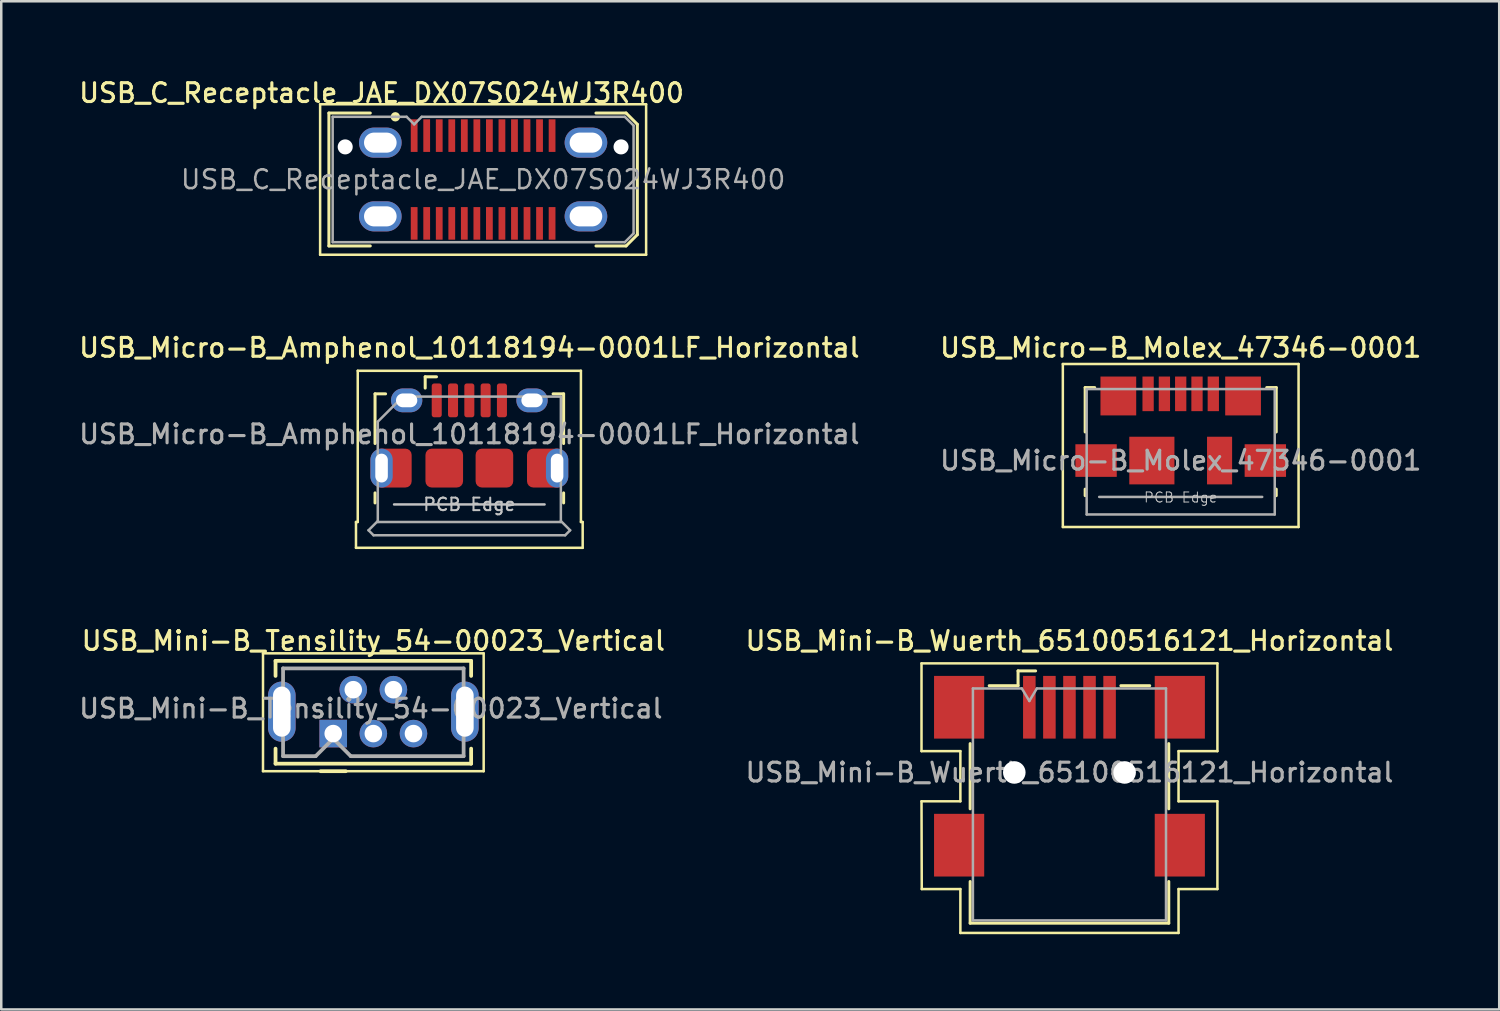
<source format=kicad_pcb>
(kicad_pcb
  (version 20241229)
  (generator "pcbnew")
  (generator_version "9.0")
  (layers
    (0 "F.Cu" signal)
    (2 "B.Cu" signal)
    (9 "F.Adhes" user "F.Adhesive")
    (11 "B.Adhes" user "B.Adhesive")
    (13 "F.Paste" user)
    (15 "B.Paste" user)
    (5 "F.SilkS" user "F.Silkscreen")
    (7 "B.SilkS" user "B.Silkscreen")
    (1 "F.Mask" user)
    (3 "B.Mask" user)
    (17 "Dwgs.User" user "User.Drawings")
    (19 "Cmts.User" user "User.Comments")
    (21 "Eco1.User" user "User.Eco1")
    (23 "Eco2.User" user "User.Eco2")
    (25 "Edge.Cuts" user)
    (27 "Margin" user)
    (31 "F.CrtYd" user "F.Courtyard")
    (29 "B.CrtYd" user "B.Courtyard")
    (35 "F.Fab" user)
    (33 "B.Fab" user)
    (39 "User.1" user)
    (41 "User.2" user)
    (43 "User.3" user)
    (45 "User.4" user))
  (footprint "USB_Mini-B_Tensility_54-00023_Vertical"
    (layer "F.Cu")
    (at 10.238 26.204)
    (property "Reference" "USB_Mini-B_Tensility_54-00023_Vertical" (at 1.6 -3.7 0) (layer "F.SilkS") (effects (font (size 0.75 0.75) (thickness 0.125))))
    (attr through_hole)
    (fp_line (start -2.8 -3.2) (end -2.8 1.5) (stroke (width 0.1) (type solid)) (layer "F.SilkS"))
    (fp_line (start -2.8 1.5) (end 6 1.5) (stroke (width 0.1) (type solid)) (layer "F.SilkS"))
    (fp_line (start -2.3 -2.9) (end 5.5 -2.9) (stroke (width 0.15) (type solid)) (layer "F.SilkS"))
    (fp_line (start -2.3 -2.3) (end -2.3 -2.9) (stroke (width 0.15) (type solid)) (layer "F.SilkS"))
    (fp_line (start -2.3 0.6) (end -2.3 1.2) (stroke (width 0.15) (type solid)) (layer "F.SilkS"))
    (fp_line (start -2.3 1.2) (end 5.5 1.2) (stroke (width 0.15) (type solid)) (layer "F.SilkS"))
    (fp_line (start -0.5 1.5) (end 0.5 1.5) (stroke (width 0.15) (type solid)) (layer "F.SilkS"))
    (fp_line (start 5.5 -2.9) (end 5.5 -2.3) (stroke (width 0.15) (type solid)) (layer "F.SilkS"))
    (fp_line (start 5.5 1.2) (end 5.5 0.6) (stroke (width 0.15) (type solid)) (layer "F.SilkS"))
    (fp_line (start 6 -3.2) (end -2.8 -3.2) (stroke (width 0.1) (type solid)) (layer "F.SilkS"))
    (fp_line (start 6 1.5) (end 6 -3.2) (stroke (width 0.1) (type solid)) (layer "F.SilkS"))
    (fp_line (start -2 0.9) (end -2 -2.6) (stroke (width 0.15) (type solid)) (layer "F.Fab"))
    (fp_line (start -2 0.9) (end -0.7 0.9) (stroke (width 0.15) (type solid)) (layer "F.Fab"))
    (fp_line (start -0.7 0.9) (end 0 0.2) (stroke (width 0.15) (type solid)) (layer "F.Fab"))
    (fp_line (start 0 0.2) (end 0.7 0.9) (stroke (width 0.15) (type solid)) (layer "F.Fab"))
    (fp_line (start 0.7 0.9) (end 5.2 0.9) (stroke (width 0.15) (type solid)) (layer "F.Fab"))
    (fp_line (start 5.2 -2.6) (end -2 -2.6) (stroke (width 0.15) (type solid)) (layer "F.Fab"))
    (fp_line (start 5.2 -2.6) (end 5.2 0.9) (stroke (width 0.15) (type solid)) (layer "F.Fab"))
    (fp_text user "${REFERENCE}" (at 1.5 -1 0) (layer "F.Fab") (effects (font (size 0.75 0.75) (thickness 0.125))))
    (pad "1" thru_hole rect (at 0 0) (size 1.1 1.1) (drill 0.7) (layers "*.Cu" "*.Mask"))
    (pad "2" thru_hole circle (at 0.8 -1.75) (size 1.1 1.1) (drill 0.7) (layers "*.Cu" "*.Mask"))
    (pad "3" thru_hole circle (at 1.6 0) (size 1.1 1.1) (drill 0.7) (layers "*.Cu" "*.Mask"))
    (pad "4" thru_hole circle (at 2.4 -1.75) (size 1.1 1.1) (drill 0.7) (layers "*.Cu" "*.Mask"))
    (pad "5" thru_hole circle (at 3.2 0) (size 1.1 1.1) (drill 0.7) (layers "*.Cu" "*.Mask"))
    (pad "6" thru_hole oval (at -2.05 -0.875) (size 1.1 2.4) (drill oval 0.7 2) (layers "*.Cu" "*.Mask"))
    (pad "6" thru_hole oval (at 5.25 -0.875) (size 1.1 2.4) (drill oval 0.7 2) (layers "*.Cu" "*.Mask")))
  (footprint "USB_Micro-B_Amphenol_10118194-0001LF_Horizontal"
    (layer "F.Cu")
    (at 15.666 14.316)
    (property "Reference" "USB_Micro-B_Amphenol_10118194-0001LF_Horizontal" (at 0 -3.5 0) (layer "F.SilkS") (effects (font (size 0.75 0.75) (thickness 0.125))))
    (attr smd)
    (fp_line (start -4.52 3.45) (end -4.52 4.48) (stroke (width 0.1) (type default)) (layer "F.SilkS"))
    (fp_line (start -4.52 4.48) (end 4.52 4.48) (stroke (width 0.1) (type solid)) (layer "F.SilkS"))
    (fp_line (start -4.45 -2.58) (end -4.45 3.45) (stroke (width 0.1) (type solid)) (layer "F.SilkS"))
    (fp_line (start -4.45 -2.58) (end 4.45 -2.58) (stroke (width 0.1) (type solid)) (layer "F.SilkS"))
    (fp_line (start -4.45 3.45) (end -4.52 3.45) (stroke (width 0.1) (type default)) (layer "F.SilkS"))
    (fp_line (start -3.76 -1.66) (end -3.34 -1.66) (stroke (width 0.12) (type solid)) (layer "F.SilkS"))
    (fp_line (start -3.76 0.32) (end -3.76 -1.66) (stroke (width 0.12) (type solid)) (layer "F.SilkS"))
    (fp_line (start -3.76 2.69) (end -3.76 2.29) (stroke (width 0.12) (type solid)) (layer "F.SilkS"))
    (fp_line (start -1.76 -1.89) (end -1.76 -2.34) (stroke (width 0.12) (type solid)) (layer "F.SilkS"))
    (fp_line (start -1.31 -2.34) (end -1.76 -2.34) (stroke (width 0.12) (type solid)) (layer "F.SilkS"))
    (fp_line (start 3.76 -1.66) (end 3.34 -1.66) (stroke (width 0.12) (type solid)) (layer "F.SilkS"))
    (fp_line (start 3.76 0.32) (end 3.76 -1.66) (stroke (width 0.12) (type solid)) (layer "F.SilkS"))
    (fp_line (start 3.76 2.29) (end 3.76 2.69) (stroke (width 0.12) (type solid)) (layer "F.SilkS"))
    (fp_line (start 4.45 -2.58) (end 4.45 3.45) (stroke (width 0.1) (type solid)) (layer "F.SilkS"))
    (fp_line (start 4.45 3.45) (end 4.52 3.45) (stroke (width 0.1) (type default)) (layer "F.SilkS"))
    (fp_line (start 4.52 3.45) (end 4.52 4.48) (stroke (width 0.1) (type default)) (layer "F.SilkS"))
    (fp_line (start 3 2.75) (end -3 2.75) (stroke (width 0.1) (type solid)) (layer "Dwgs.User"))
    (fp_line (start -4.02 3.78) (end -3.65 3.41) (stroke (width 0.1) (type default)) (layer "F.Fab"))
    (fp_line (start -3.82 3.98) (end -4.02 3.78) (stroke (width 0.1) (type default)) (layer "F.Fab"))
    (fp_line (start -3.82 3.98) (end 3.82 3.98) (stroke (width 0.1) (type default)) (layer "F.Fab"))
    (fp_line (start -3.65 -0.55) (end -2.65 -1.55) (stroke (width 0.1) (type solid)) (layer "F.Fab"))
    (fp_line (start -3.65 3.45) (end -3.65 -0.55) (stroke (width 0.1) (type solid)) (layer "F.Fab"))
    (fp_line (start -2.65 -1.55) (end 3.65 -1.55) (stroke (width 0.1) (type solid)) (layer "F.Fab"))
    (fp_line (start 3.65 -1.55) (end 3.65 3.45) (stroke (width 0.1) (type solid)) (layer "F.Fab"))
    (fp_line (start 3.65 3.41) (end 4.02 3.78) (stroke (width 0.1) (type default)) (layer "F.Fab"))
    (fp_line (start 3.65 3.45) (end -3.65 3.45) (stroke (width 0.1) (type solid)) (layer "F.Fab"))
    (fp_line (start 4.02 3.78) (end 3.82 3.98) (stroke (width 0.1) (type default)) (layer "F.Fab"))
    (fp_text user "PCB Edge" (at 0 2.75 0) (layer "Dwgs.User") (effects (font (size 0.5 0.5) (thickness 0.08))))
    (fp_text user "${REFERENCE}" (at 0 -0.05 0) (layer "F.Fab") (effects (font (size 0.75 0.75) (thickness 0.125))))
    (pad "" smd oval (at -3.5 1.3) (size 0.89 1.55) (layers "F.Paste"))
    (pad "" smd oval (at -2.5 -1.4) (size 1.25 0.95) (layers "F.Paste"))
    (pad "" smd oval (at 2.5 -1.4) (size 1.25 0.95) (layers "F.Paste"))
    (pad "" smd oval (at 3.5 1.3) (size 0.89 1.55) (layers "F.Paste"))
    (pad "1" smd roundrect (at -1.3 -1.4) (size 0.4 1.35) (layers "F.Cu" "F.Mask" "F.Paste") (roundrect_rratio 0.25))
    (pad "2" smd roundrect (at -0.65 -1.4) (size 0.4 1.35) (layers "F.Cu" "F.Mask" "F.Paste") (roundrect_rratio 0.25))
    (pad "3" smd roundrect (at 0 -1.4) (size 0.4 1.35) (layers "F.Cu" "F.Mask" "F.Paste") (roundrect_rratio 0.25))
    (pad "4" smd roundrect (at 0.65 -1.4) (size 0.4 1.35) (layers "F.Cu" "F.Mask" "F.Paste") (roundrect_rratio 0.25))
    (pad "5" smd roundrect (at 1.3 -1.4) (size 0.4 1.35) (layers "F.Cu" "F.Mask" "F.Paste") (roundrect_rratio 0.25))
    (pad "6" thru_hole oval (at -3.5 1.3) (size 0.89 1.55) (drill oval 0.5 1.15) (layers "*.Cu" "*.Mask"))
    (pad "6" smd roundrect (at -3.025 1.3) (size 1.45 1.55) (layers "F.Cu" "F.Mask" "F.Paste") (roundrect_rratio 0.172))
    (pad "6" thru_hole oval (at -2.5 -1.4) (size 1.25 0.95) (drill oval 0.85 0.55) (layers "*.Cu" "*.Mask"))
    (pad "6" smd roundrect (at -1 1.3) (size 1.5 1.55) (layers "F.Cu" "F.Mask" "F.Paste") (roundrect_rratio 0.167))
    (pad "6" smd roundrect (at 1 1.3) (size 1.5 1.55) (layers "F.Cu" "F.Mask" "F.Paste") (roundrect_rratio 0.167))
    (pad "6" thru_hole oval (at 2.5 -1.4) (size 1.25 0.95) (drill oval 0.85 0.55) (layers "*.Cu" "*.Mask"))
    (pad "6" smd roundrect (at 3.025 1.3) (size 1.45 1.55) (layers "F.Cu" "F.Mask" "F.Paste") (roundrect_rratio 0.172))
    (pad "6" thru_hole oval (at 3.5 1.3) (size 0.89 1.55) (drill oval 0.5 1.15) (layers "*.Cu" "*.Mask")))
  (footprint "USB_Mini-B_Wuerth_65100516121_Horizontal"
    (layer "F.Cu")
    (at 39.598 27.754)
    (property "Reference" "USB_Mini-B_Wuerth_65100516121_Horizontal" (at 0 -5.25 0) (layer "F.SilkS") (effects (font (size 0.75 0.75) (thickness 0.125))))
    (attr smd)
    (fp_line (start -5.9 -4.35) (end 5.9 -4.35) (stroke (width 0.1) (type solid)) (layer "F.SilkS"))
    (fp_line (start -5.9 -0.85) (end -5.9 -4.35) (stroke (width 0.1) (type solid)) (layer "F.SilkS"))
    (fp_line (start -5.9 1.15) (end -4.35 1.15) (stroke (width 0.1) (type solid)) (layer "F.SilkS"))
    (fp_line (start -5.89 4.65) (end -5.9 1.15) (stroke (width 0.1) (type solid)) (layer "F.SilkS"))
    (fp_line (start -4.35 -0.85) (end -5.9 -0.85) (stroke (width 0.1) (type solid)) (layer "F.SilkS"))
    (fp_line (start -4.35 1.15) (end -4.35 -0.85) (stroke (width 0.1) (type solid)) (layer "F.SilkS"))
    (fp_line (start -4.35 4.65) (end -5.89 4.65) (stroke (width 0.1) (type solid)) (layer "F.SilkS"))
    (fp_line (start -4.35 6.4) (end -4.35 4.65) (stroke (width 0.1) (type solid)) (layer "F.SilkS"))
    (fp_line (start -3.96 1.45) (end -3.96 -1.15) (stroke (width 0.12) (type solid)) (layer "F.SilkS"))
    (fp_line (start -3.96 4.35) (end -3.96 6.01) (stroke (width 0.12) (type solid)) (layer "F.SilkS"))
    (fp_line (start -3.96 6.01) (end 3.96 6.01) (stroke (width 0.12) (type solid)) (layer "F.SilkS"))
    (fp_line (start -3.2 -3.46) (end -2.05 -3.46) (stroke (width 0.12) (type solid)) (layer "F.SilkS"))
    (fp_line (start -2.05 -4.05) (end -1.35 -4.05) (stroke (width 0.12) (type solid)) (layer "F.SilkS"))
    (fp_line (start -2.05 -3.46) (end -2.05 -4.05) (stroke (width 0.12) (type solid)) (layer "F.SilkS"))
    (fp_line (start 2.05 -3.46) (end 3.2 -3.46) (stroke (width 0.12) (type solid)) (layer "F.SilkS"))
    (fp_line (start 3.96 -1.15) (end 3.96 1.45) (stroke (width 0.12) (type solid)) (layer "F.SilkS"))
    (fp_line (start 3.96 6.01) (end 3.96 4.35) (stroke (width 0.12) (type solid)) (layer "F.SilkS"))
    (fp_line (start 4.35 -0.85) (end 4.35 1.15) (stroke (width 0.1) (type solid)) (layer "F.SilkS"))
    (fp_line (start 4.35 1.15) (end 5.9 1.15) (stroke (width 0.1) (type solid)) (layer "F.SilkS"))
    (fp_line (start 4.35 4.65) (end 4.35 6.4) (stroke (width 0.1) (type solid)) (layer "F.SilkS"))
    (fp_line (start 4.35 6.4) (end -4.35 6.4) (stroke (width 0.1) (type solid)) (layer "F.SilkS"))
    (fp_line (start 5.9 -4.35) (end 5.9 -0.85) (stroke (width 0.1) (type solid)) (layer "F.SilkS"))
    (fp_line (start 5.9 -0.85) (end 4.35 -0.85) (stroke (width 0.1) (type solid)) (layer "F.SilkS"))
    (fp_line (start 5.9 1.15) (end 5.9 4.65) (stroke (width 0.1) (type solid)) (layer "F.SilkS"))
    (fp_line (start 5.9 4.65) (end 4.35 4.65) (stroke (width 0.1) (type solid)) (layer "F.SilkS"))
    (fp_line (start -3.85 -3.35) (end -1.9 -3.35) (stroke (width 0.1) (type solid)) (layer "F.Fab"))
    (fp_line (start -3.85 5.9) (end -3.85 -3.35) (stroke (width 0.1) (type solid)) (layer "F.Fab"))
    (fp_line (start -1.9 -3.35) (end -1.6 -2.85) (stroke (width 0.1) (type solid)) (layer "F.Fab"))
    (fp_line (start -1.6 -2.85) (end -1.3 -3.35) (stroke (width 0.1) (type solid)) (layer "F.Fab"))
    (fp_line (start -1.3 -3.35) (end 3.85 -3.35) (stroke (width 0.1) (type solid)) (layer "F.Fab"))
    (fp_line (start 3.85 -3.35) (end 3.85 5.9) (stroke (width 0.1) (type solid)) (layer "F.Fab"))
    (fp_line (start 3.85 5.9) (end -3.85 5.9) (stroke (width 0.1) (type solid)) (layer "F.Fab"))
    (fp_text user "${REFERENCE}" (at 0 0 0) (layer "F.Fab") (effects (font (size 0.75 0.75) (thickness 0.125))))
    (pad "" np_thru_hole circle (at -2.2 0) (size 0.9 0.9) (drill 0.9) (layers "*.Cu" "*.Mask"))
    (pad "" np_thru_hole circle (at 2.2 0) (size 0.9 0.9) (drill 0.9) (layers "*.Cu" "*.Mask"))
    (pad "1" smd rect (at -1.6 -2.6) (size 0.5 2.5) (layers "F.Cu" "F.Mask" "F.Paste"))
    (pad "2" smd rect (at -0.8 -2.6) (size 0.5 2.5) (layers "F.Cu" "F.Mask" "F.Paste"))
    (pad "3" smd rect (at 0 -2.6) (size 0.5 2.5) (layers "F.Cu" "F.Mask" "F.Paste"))
    (pad "4" smd rect (at 0.8 -2.6) (size 0.5 2.5) (layers "F.Cu" "F.Mask" "F.Paste"))
    (pad "5" smd rect (at 1.6 -2.6) (size 0.5 2.5) (layers "F.Cu" "F.Mask" "F.Paste"))
    (pad "6" smd rect (at -4.4 -2.6) (size 2 2.5) (layers "F.Cu" "F.Mask" "F.Paste"))
    (pad "6" smd rect (at -4.4 2.9) (size 2 2.5) (layers "F.Cu" "F.Mask" "F.Paste"))
    (pad "6" smd rect (at 4.4 -2.6) (size 2 2.5) (layers "F.Cu" "F.Mask" "F.Paste"))
    (pad "6" smd rect (at 4.4 2.9) (size 2 2.5) (layers "F.Cu" "F.Mask" "F.Paste")))
  (footprint "USB_C_Receptacle_JAE_DX07S024WJ3R400"
    (layer "F.Cu")
    (at 16.216 4.108)
    (property "Reference" "USB_C_Receptacle_JAE_DX07S024WJ3R400" (at -4.05 -3.45 0) (layer "F.SilkS") (effects (font (size 0.75 0.75) (thickness 0.125))))
    (attr smd)
    (fp_line (start -6.5 -3) (end 6.5 -3) (stroke (width 0.1) (type solid)) (layer "F.SilkS"))
    (fp_line (start -6.5 3) (end -6.5 -3) (stroke (width 0.1) (type solid)) (layer "F.SilkS"))
    (fp_line (start -6.15 -2.65) (end -6.15 2.65) (stroke (width 0.12) (type solid)) (layer "F.SilkS"))
    (fp_line (start -6.15 -2.65) (end -4.5 -2.65) (stroke (width 0.12) (type solid)) (layer "F.SilkS"))
    (fp_line (start -6.15 2.65) (end -4.5 2.65) (stroke (width 0.12) (type solid)) (layer "F.SilkS"))
    (fp_line (start 4.5 -2.65) (end 5.7 -2.65) (stroke (width 0.12) (type solid)) (layer "F.SilkS"))
    (fp_line (start 4.5 2.65) (end 5.7 2.65) (stroke (width 0.12) (type solid)) (layer "F.SilkS"))
    (fp_line (start 5.7 -2.65) (end 6.15 -2.2) (stroke (width 0.12) (type solid)) (layer "F.SilkS"))
    (fp_line (start 5.7 2.65) (end 6.15 2.2) (stroke (width 0.12) (type solid)) (layer "F.SilkS"))
    (fp_line (start 6.15 -2.2) (end 6.15 2.2) (stroke (width 0.12) (type solid)) (layer "F.SilkS"))
    (fp_line (start 6.5 -3) (end 6.5 3) (stroke (width 0.1) (type solid)) (layer "F.SilkS"))
    (fp_line (start 6.5 3) (end -6.5 3) (stroke (width 0.1) (type solid)) (layer "F.SilkS"))
    (fp_circle (center -3.5 -2.5) (end -3.388 -2.5) (stroke (width 0.15) (type solid)) (fill no) (layer "F.SilkS"))
    (fp_line (start -6 -2.5) (end -3.05 -2.5) (stroke (width 0.1) (type solid)) (layer "F.Fab"))
    (fp_line (start -6 2.5) (end -6 -2.5) (stroke (width 0.1) (type solid)) (layer "F.Fab"))
    (fp_line (start -6 2.5) (end 5.65 2.5) (stroke (width 0.1) (type solid)) (layer "F.Fab"))
    (fp_line (start -3.05 -2.5) (end -2.75 -2.2) (stroke (width 0.1) (type solid)) (layer "F.Fab"))
    (fp_line (start -2.75 -2.2) (end -2.45 -2.5) (stroke (width 0.1) (type solid)) (layer "F.Fab"))
    (fp_line (start 5.65 -2.5) (end -2.45 -2.5) (stroke (width 0.1) (type solid)) (layer "F.Fab"))
    (fp_line (start 5.65 -2.5) (end 6 -2.15) (stroke (width 0.1) (type solid)) (layer "F.Fab"))
    (fp_line (start 5.65 2.5) (end 6 2.15) (stroke (width 0.1) (type solid)) (layer "F.Fab"))
    (fp_line (start 6 2.15) (end 6 -2.15) (stroke (width 0.1) (type solid)) (layer "F.Fab"))
    (fp_text user "${REFERENCE}" (at 0 0 0) (layer "F.Fab") (effects (font (size 0.75 0.75) (thickness 0.1))))
    (pad "" np_thru_hole circle (at -5.5 -1.3) (size 0.6 0.6) (drill 0.6) (layers "*.Cu" "*.Mask"))
    (pad "" np_thru_hole circle (at 5.5 -1.3) (size 0.6 0.6) (drill 0.6) (layers "*.Cu" "*.Mask"))
    (pad "A1" smd rect (at -2.75 -1.75) (size 0.27 1.3) (layers "F.Cu" "F.Mask" "F.Paste"))
    (pad "A2" smd rect (at -2.25 -1.75) (size 0.27 1.3) (layers "F.Cu" "F.Mask" "F.Paste"))
    (pad "A3" smd rect (at -1.75 -1.75) (size 0.27 1.3) (layers "F.Cu" "F.Mask" "F.Paste"))
    (pad "A4" smd rect (at -1.25 -1.75) (size 0.27 1.3) (layers "F.Cu" "F.Mask" "F.Paste"))
    (pad "A5" smd rect (at -0.75 -1.75) (size 0.27 1.3) (layers "F.Cu" "F.Mask" "F.Paste"))
    (pad "A6" smd rect (at -0.25 -1.75) (size 0.27 1.3) (layers "F.Cu" "F.Mask" "F.Paste"))
    (pad "A7" smd rect (at 0.25 -1.75) (size 0.27 1.3) (layers "F.Cu" "F.Mask" "F.Paste"))
    (pad "A8" smd rect (at 0.75 -1.75) (size 0.27 1.3) (layers "F.Cu" "F.Mask" "F.Paste"))
    (pad "A9" smd rect (at 1.25 -1.75) (size 0.27 1.3) (layers "F.Cu" "F.Mask" "F.Paste"))
    (pad "A10" smd rect (at 1.75 -1.75) (size 0.27 1.3) (layers "F.Cu" "F.Mask" "F.Paste"))
    (pad "A11" smd rect (at 2.25 -1.75) (size 0.27 1.3) (layers "F.Cu" "F.Mask" "F.Paste"))
    (pad "A12" smd rect (at 2.75 -1.75) (size 0.27 1.3) (layers "F.Cu" "F.Mask" "F.Paste"))
    (pad "B1" smd rect (at 2.75 1.75) (size 0.27 1.3) (layers "F.Cu" "F.Mask" "F.Paste"))
    (pad "B2" smd rect (at 2.25 1.75) (size 0.27 1.3) (layers "F.Cu" "F.Mask" "F.Paste"))
    (pad "B3" smd rect (at 1.75 1.75) (size 0.27 1.3) (layers "F.Cu" "F.Mask" "F.Paste"))
    (pad "B4" smd rect (at 1.25 1.75) (size 0.27 1.3) (layers "F.Cu" "F.Mask" "F.Paste"))
    (pad "B5" smd rect (at 0.75 1.75) (size 0.27 1.3) (layers "F.Cu" "F.Mask" "F.Paste"))
    (pad "B6" smd rect (at 0.25 1.75) (size 0.27 1.3) (layers "F.Cu" "F.Mask" "F.Paste"))
    (pad "B7" smd rect (at -0.25 1.75) (size 0.27 1.3) (layers "F.Cu" "F.Mask" "F.Paste"))
    (pad "B8" smd rect (at -0.75 1.75) (size 0.27 1.3) (layers "F.Cu" "F.Mask" "F.Paste"))
    (pad "B9" smd rect (at -1.25 1.75) (size 0.27 1.3) (layers "F.Cu" "F.Mask" "F.Paste"))
    (pad "B10" smd rect (at -1.75 1.75) (size 0.27 1.3) (layers "F.Cu" "F.Mask" "F.Paste"))
    (pad "B11" smd rect (at -2.25 1.75) (size 0.27 1.3) (layers "F.Cu" "F.Mask" "F.Paste"))
    (pad "B12" smd rect (at -2.75 1.75) (size 0.27 1.3) (layers "F.Cu" "F.Mask" "F.Paste"))
    (pad "S1" thru_hole oval (at -4.1 -1.47 90) (size 1.2 1.7) (drill oval 0.8 1.3) (layers "*.Cu" "*.Mask"))
    (pad "S1" thru_hole oval (at -4.1 1.47 90) (size 1.2 1.7) (drill oval 0.8 1.3) (layers "*.Cu" "*.Mask"))
    (pad "S1" thru_hole oval (at 4.1 -1.47 90) (size 1.2 1.7) (drill oval 0.8 1.3) (layers "*.Cu" "*.Mask"))
    (pad "S1" thru_hole oval (at 4.1 1.47 90) (size 1.2 1.7) (drill oval 0.8 1.3) (layers "*.Cu" "*.Mask")))
  (footprint "USB_Micro-B_Molex_47346-0001"
    (layer "F.Cu")
    (at 44.034 14.116)
    (property "Reference" "USB_Micro-B_Molex_47346-0001" (at 0 -3.3 180) (layer "F.SilkS") (effects (font (size 0.75 0.75) (thickness 0.125))))
    (attr smd)
    (fp_line (start -4.7 -2.65) (end 4.7 -2.65) (stroke (width 0.1) (type solid)) (layer "F.SilkS"))
    (fp_line (start -4.7 3.85) (end -4.7 -2.65) (stroke (width 0.1) (type solid)) (layer "F.SilkS"))
    (fp_line (start -3.81 -1.71) (end -3.43 -1.71) (stroke (width 0.12) (type solid)) (layer "F.SilkS"))
    (fp_line (start -3.81 0.06) (end -3.81 -1.71) (stroke (width 0.12) (type solid)) (layer "F.SilkS"))
    (fp_line (start -3.81 2.6) (end -3.81 2.34) (stroke (width 0.12) (type solid)) (layer "F.SilkS"))
    (fp_line (start 3.81 -1.71) (end 3.43 -1.71) (stroke (width 0.12) (type solid)) (layer "F.SilkS"))
    (fp_line (start 3.81 -1.71) (end 3.81 0.06) (stroke (width 0.12) (type solid)) (layer "F.SilkS"))
    (fp_line (start 3.81 2.34) (end 3.81 2.6) (stroke (width 0.12) (type solid)) (layer "F.SilkS"))
    (fp_line (start 4.7 -2.65) (end 4.7 3.85) (stroke (width 0.1) (type solid)) (layer "F.SilkS"))
    (fp_line (start 4.7 3.85) (end -4.7 3.85) (stroke (width 0.1) (type solid)) (layer "F.SilkS"))
    (fp_line (start -3.75 -1.65) (end 3.75 -1.65) (stroke (width 0.1) (type solid)) (layer "F.Fab"))
    (fp_line (start -3.75 3.35) (end -3.75 -1.65) (stroke (width 0.1) (type solid)) (layer "F.Fab"))
    (fp_line (start -3.25 2.65) (end 3.25 2.65) (stroke (width 0.1) (type solid)) (layer "F.Fab"))
    (fp_line (start 3.75 -1.65) (end 3.75 3.35) (stroke (width 0.1) (type solid)) (layer "F.Fab"))
    (fp_line (start 3.75 3.35) (end -3.75 3.35) (stroke (width 0.1) (type solid)) (layer "F.Fab"))
    (fp_text user "PCB Edge" (at 0 2.67 180) (layer "Dwgs.User") (effects (font (size 0.4 0.4) (thickness 0.04))))
    (fp_text user "${REFERENCE}" (at 0 1.2 0) (layer "F.Fab") (effects (font (size 0.75 0.75) (thickness 0.125))))
    (pad "1" smd rect (at -1.3 -1.46) (size 0.45 1.38) (layers "F.Cu" "F.Mask" "F.Paste"))
    (pad "2" smd rect (at -0.65 -1.46) (size 0.45 1.38) (layers "F.Cu" "F.Mask" "F.Paste"))
    (pad "3" smd rect (at 0 -1.46) (size 0.45 1.38) (layers "F.Cu" "F.Mask" "F.Paste"))
    (pad "4" smd rect (at 0.65 -1.46) (size 0.45 1.38) (layers "F.Cu" "F.Mask" "F.Paste"))
    (pad "5" smd rect (at 1.3 -1.46) (size 0.45 1.38) (layers "F.Cu" "F.Mask" "F.Paste"))
    (pad "6" smd rect (at -3.375 1.2) (size 1.65 1.3) (layers "F.Cu" "F.Mask" "F.Paste"))
    (pad "6" smd rect (at -2.487 -1.375) (size 1.425 1.55) (layers "F.Cu" "F.Mask" "F.Paste"))
    (pad "6" smd rect (at -1.15 1.2) (size 1.8 1.9) (layers "F.Cu" "F.Mask" "F.Paste"))
    (pad "6" smd rect (at 1.55 1.2) (size 1 1.9) (layers "F.Cu" "F.Mask" "F.Paste"))
    (pad "6" smd rect (at 2.487 -1.375) (size 1.425 1.55) (layers "F.Cu" "F.Mask" "F.Paste"))
    (pad "6" smd rect (at 3.375 1.2) (size 1.65 1.3) (layers "F.Cu" "F.Mask" "F.Paste")))
  (gr_rect
    (start -3 -3)
    (end 56.736 37.204)
    (stroke (width 0.1) (type default))
    (fill no)
    (layer "Edge.Cuts")))
</source>
